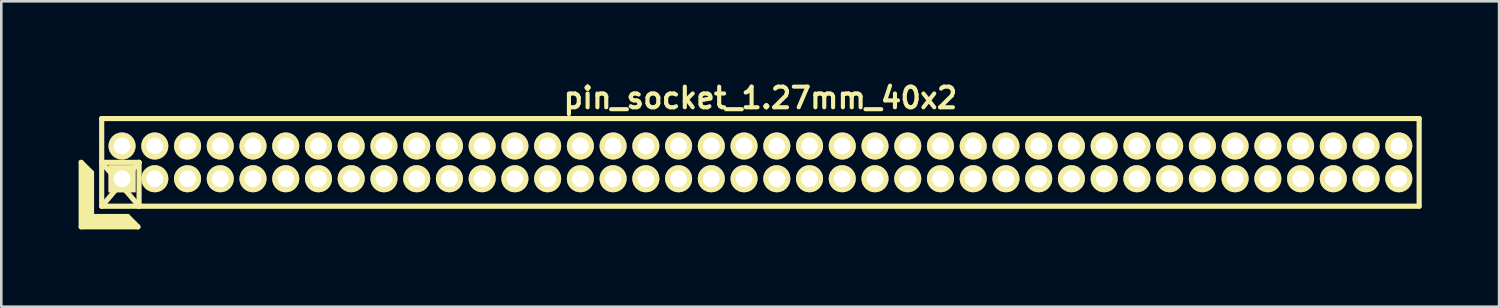
<source format=kicad_pcb>
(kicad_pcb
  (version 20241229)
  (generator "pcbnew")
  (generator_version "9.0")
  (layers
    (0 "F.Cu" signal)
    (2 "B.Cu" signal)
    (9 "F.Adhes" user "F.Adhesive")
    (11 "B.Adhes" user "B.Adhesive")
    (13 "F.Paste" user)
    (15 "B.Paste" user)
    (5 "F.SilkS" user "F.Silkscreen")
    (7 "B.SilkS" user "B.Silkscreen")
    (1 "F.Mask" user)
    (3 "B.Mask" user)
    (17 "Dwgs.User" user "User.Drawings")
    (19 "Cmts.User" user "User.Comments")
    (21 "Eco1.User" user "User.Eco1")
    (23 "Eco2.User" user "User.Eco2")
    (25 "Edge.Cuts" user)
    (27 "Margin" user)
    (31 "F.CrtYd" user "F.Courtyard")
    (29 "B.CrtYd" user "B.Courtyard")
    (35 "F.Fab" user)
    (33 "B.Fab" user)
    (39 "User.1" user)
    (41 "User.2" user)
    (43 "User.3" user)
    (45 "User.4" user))
  (footprint "pin_socket_1.27mm_40x2"
    (layer "F.Cu")
    (at 26.45 3.249)
    (property "Reference" "pin_socket_1.27mm_40x2" (at 0 -2.5 0) (layer "F.SilkS") (effects (font (size 0.8 0.8) (thickness 0.16))))
    (attr through_hole)
    (fp_line (start -26.35 0) (end -26.35 2.5) (stroke (width 0.2) (type solid)) (layer "F.SilkS"))
    (fp_line (start -26.35 0) (end -25.95 0.4) (stroke (width 0.2) (type solid)) (layer "F.SilkS"))
    (fp_line (start -26.35 2.5) (end -24.15 2.5) (stroke (width 0.2) (type solid)) (layer "F.SilkS"))
    (fp_line (start -26.25 2.4) (end -26.25 0.2) (stroke (width 0.2) (type solid)) (layer "F.SilkS"))
    (fp_line (start -26.25 2.4) (end -24.35 2.4) (stroke (width 0.2) (type solid)) (layer "F.SilkS"))
    (fp_line (start -26.15 2.3) (end -26.15 0.3) (stroke (width 0.2) (type solid)) (layer "F.SilkS"))
    (fp_line (start -26.15 2.3) (end -24.45 2.3) (stroke (width 0.2) (type solid)) (layer "F.SilkS"))
    (fp_line (start -26.05 2.2) (end -26.05 0.4) (stroke (width 0.2) (type solid)) (layer "F.SilkS"))
    (fp_line (start -26.05 2.2) (end -24.55 2.2) (stroke (width 0.2) (type solid)) (layer "F.SilkS"))
    (fp_line (start -25.95 2.1) (end -25.95 0.4) (stroke (width 0.2) (type solid)) (layer "F.SilkS"))
    (fp_line (start -25.95 2.1) (end -24.55 2.1) (stroke (width 0.2) (type solid)) (layer "F.SilkS"))
    (fp_line (start -25.555 -1.7) (end 25.555 -1.7) (stroke (width 0.2) (type solid)) (layer "F.SilkS"))
    (fp_line (start -25.555 0) (end -24.105 0) (stroke (width 0.2) (type solid)) (layer "F.SilkS"))
    (fp_line (start -25.555 0) (end -24.105 1.7) (stroke (width 0.2) (type solid)) (layer "F.SilkS"))
    (fp_line (start -25.555 1.7) (end -25.555 -1.7) (stroke (width 0.2) (type solid)) (layer "F.SilkS"))
    (fp_line (start -24.55 2.1) (end -24.15 2.5) (stroke (width 0.2) (type solid)) (layer "F.SilkS"))
    (fp_line (start -24.105 0) (end -25.55 1.7) (stroke (width 0.2) (type solid)) (layer "F.SilkS"))
    (fp_line (start -24.105 0) (end -24.105 1.7) (stroke (width 0.2) (type solid)) (layer "F.SilkS"))
    (fp_line (start 25.555 -1.7) (end 25.555 1.7) (stroke (width 0.2) (type solid)) (layer "F.SilkS"))
    (fp_line (start 25.555 1.7) (end -25.555 1.7) (stroke (width 0.2) (type solid)) (layer "F.SilkS"))
    (pad "1" thru_hole rect (at -24.765 0.635) (size 1.05 1.05) (drill 0.65) (layers "*.Cu" "*.Mask" "F.SilkS"))
    (pad "2" thru_hole oval (at -24.765 -0.635) (size 1.05 1.05) (drill 0.65) (layers "*.Cu" "*.Mask" "F.SilkS"))
    (pad "3" thru_hole oval (at -23.495 0.635) (size 1.05 1.05) (drill 0.65) (layers "*.Cu" "*.Mask" "F.SilkS"))
    (pad "4" thru_hole oval (at -23.495 -0.635) (size 1.05 1.05) (drill 0.65) (layers "*.Cu" "*.Mask" "F.SilkS"))
    (pad "5" thru_hole oval (at -22.225 0.635) (size 1.05 1.05) (drill 0.65) (layers "*.Cu" "*.Mask" "F.SilkS"))
    (pad "6" thru_hole oval (at -22.225 -0.635) (size 1.05 1.05) (drill 0.65) (layers "*.Cu" "*.Mask" "F.SilkS"))
    (pad "7" thru_hole oval (at -20.955 0.635) (size 1.05 1.05) (drill 0.65) (layers "*.Cu" "*.Mask" "F.SilkS"))
    (pad "8" thru_hole oval (at -20.955 -0.635) (size 1.05 1.05) (drill 0.65) (layers "*.Cu" "*.Mask" "F.SilkS"))
    (pad "9" thru_hole oval (at -19.685 0.635) (size 1.05 1.05) (drill 0.65) (layers "*.Cu" "*.Mask" "F.SilkS"))
    (pad "10" thru_hole oval (at -19.685 -0.635) (size 1.05 1.05) (drill 0.65) (layers "*.Cu" "*.Mask" "F.SilkS"))
    (pad "11" thru_hole oval (at -18.415 0.635) (size 1.05 1.05) (drill 0.65) (layers "*.Cu" "*.Mask" "F.SilkS"))
    (pad "12" thru_hole oval (at -18.415 -0.635) (size 1.05 1.05) (drill 0.65) (layers "*.Cu" "*.Mask" "F.SilkS"))
    (pad "13" thru_hole oval (at -17.145 0.635) (size 1.05 1.05) (drill 0.65) (layers "*.Cu" "*.Mask" "F.SilkS"))
    (pad "14" thru_hole oval (at -17.145 -0.635) (size 1.05 1.05) (drill 0.65) (layers "*.Cu" "*.Mask" "F.SilkS"))
    (pad "15" thru_hole oval (at -15.875 0.635) (size 1.05 1.05) (drill 0.65) (layers "*.Cu" "*.Mask" "F.SilkS"))
    (pad "16" thru_hole oval (at -15.875 -0.635) (size 1.05 1.05) (drill 0.65) (layers "*.Cu" "*.Mask" "F.SilkS"))
    (pad "17" thru_hole oval (at -14.605 0.635) (size 1.05 1.05) (drill 0.65) (layers "*.Cu" "*.Mask" "F.SilkS"))
    (pad "18" thru_hole oval (at -14.605 -0.635) (size 1.05 1.05) (drill 0.65) (layers "*.Cu" "*.Mask" "F.SilkS"))
    (pad "19" thru_hole oval (at -13.335 0.635) (size 1.05 1.05) (drill 0.65) (layers "*.Cu" "*.Mask" "F.SilkS"))
    (pad "20" thru_hole oval (at -13.335 -0.635) (size 1.05 1.05) (drill 0.65) (layers "*.Cu" "*.Mask" "F.SilkS"))
    (pad "21" thru_hole oval (at -12.065 0.635) (size 1.05 1.05) (drill 0.65) (layers "*.Cu" "*.Mask" "F.SilkS"))
    (pad "22" thru_hole oval (at -12.065 -0.635) (size 1.05 1.05) (drill 0.65) (layers "*.Cu" "*.Mask" "F.SilkS"))
    (pad "23" thru_hole oval (at -10.795 0.635) (size 1.05 1.05) (drill 0.65) (layers "*.Cu" "*.Mask" "F.SilkS"))
    (pad "24" thru_hole oval (at -10.795 -0.635) (size 1.05 1.05) (drill 0.65) (layers "*.Cu" "*.Mask" "F.SilkS"))
    (pad "25" thru_hole oval (at -9.525 0.635) (size 1.05 1.05) (drill 0.65) (layers "*.Cu" "*.Mask" "F.SilkS"))
    (pad "26" thru_hole oval (at -9.525 -0.635) (size 1.05 1.05) (drill 0.65) (layers "*.Cu" "*.Mask" "F.SilkS"))
    (pad "27" thru_hole oval (at -8.255 0.635) (size 1.05 1.05) (drill 0.65) (layers "*.Cu" "*.Mask" "F.SilkS"))
    (pad "28" thru_hole oval (at -8.255 -0.635) (size 1.05 1.05) (drill 0.65) (layers "*.Cu" "*.Mask" "F.SilkS"))
    (pad "29" thru_hole oval (at -6.985 0.635) (size 1.05 1.05) (drill 0.65) (layers "*.Cu" "*.Mask" "F.SilkS"))
    (pad "30" thru_hole oval (at -6.985 -0.635) (size 1.05 1.05) (drill 0.65) (layers "*.Cu" "*.Mask" "F.SilkS"))
    (pad "31" thru_hole oval (at -5.715 0.635) (size 1.05 1.05) (drill 0.65) (layers "*.Cu" "*.Mask" "F.SilkS"))
    (pad "32" thru_hole oval (at -5.715 -0.635) (size 1.05 1.05) (drill 0.65) (layers "*.Cu" "*.Mask" "F.SilkS"))
    (pad "33" thru_hole oval (at -4.445 0.635) (size 1.05 1.05) (drill 0.65) (layers "*.Cu" "*.Mask" "F.SilkS"))
    (pad "34" thru_hole oval (at -4.445 -0.635) (size 1.05 1.05) (drill 0.65) (layers "*.Cu" "*.Mask" "F.SilkS"))
    (pad "35" thru_hole oval (at -3.175 0.635) (size 1.05 1.05) (drill 0.65) (layers "*.Cu" "*.Mask" "F.SilkS"))
    (pad "36" thru_hole oval (at -3.175 -0.635) (size 1.05 1.05) (drill 0.65) (layers "*.Cu" "*.Mask" "F.SilkS"))
    (pad "37" thru_hole oval (at -1.905 0.635) (size 1.05 1.05) (drill 0.65) (layers "*.Cu" "*.Mask" "F.SilkS"))
    (pad "38" thru_hole oval (at -1.905 -0.635) (size 1.05 1.05) (drill 0.65) (layers "*.Cu" "*.Mask" "F.SilkS"))
    (pad "39" thru_hole oval (at -0.635 0.635) (size 1.05 1.05) (drill 0.65) (layers "*.Cu" "*.Mask" "F.SilkS"))
    (pad "40" thru_hole oval (at -0.635 -0.635) (size 1.05 1.05) (drill 0.65) (layers "*.Cu" "*.Mask" "F.SilkS"))
    (pad "41" thru_hole oval (at 0.635 0.635) (size 1.05 1.05) (drill 0.65) (layers "*.Cu" "*.Mask" "F.SilkS"))
    (pad "42" thru_hole oval (at 0.635 -0.635) (size 1.05 1.05) (drill 0.65) (layers "*.Cu" "*.Mask" "F.SilkS"))
    (pad "43" thru_hole oval (at 1.905 0.635) (size 1.05 1.05) (drill 0.65) (layers "*.Cu" "*.Mask" "F.SilkS"))
    (pad "44" thru_hole oval (at 1.905 -0.635) (size 1.05 1.05) (drill 0.65) (layers "*.Cu" "*.Mask" "F.SilkS"))
    (pad "45" thru_hole oval (at 3.175 0.635) (size 1.05 1.05) (drill 0.65) (layers "*.Cu" "*.Mask" "F.SilkS"))
    (pad "46" thru_hole oval (at 3.175 -0.635) (size 1.05 1.05) (drill 0.65) (layers "*.Cu" "*.Mask" "F.SilkS"))
    (pad "47" thru_hole oval (at 4.445 0.635) (size 1.05 1.05) (drill 0.65) (layers "*.Cu" "*.Mask" "F.SilkS"))
    (pad "48" thru_hole oval (at 4.445 -0.635) (size 1.05 1.05) (drill 0.65) (layers "*.Cu" "*.Mask" "F.SilkS"))
    (pad "49" thru_hole oval (at 5.715 0.635) (size 1.05 1.05) (drill 0.65) (layers "*.Cu" "*.Mask" "F.SilkS"))
    (pad "50" thru_hole oval (at 5.715 -0.635) (size 1.05 1.05) (drill 0.65) (layers "*.Cu" "*.Mask" "F.SilkS"))
    (pad "51" thru_hole circle (at 6.985 0.635) (size 1.05 1.05) (drill 0.65) (layers "*.Cu" "*.Mask" "F.SilkS"))
    (pad "52" thru_hole oval (at 6.985 -0.635) (size 1.05 1.05) (drill 0.65) (layers "*.Cu" "*.Mask" "F.SilkS"))
    (pad "53" thru_hole oval (at 8.255 0.635) (size 1.05 1.05) (drill 0.65) (layers "*.Cu" "*.Mask" "F.SilkS"))
    (pad "54" thru_hole oval (at 8.255 -0.635) (size 1.05 1.05) (drill 0.65) (layers "*.Cu" "*.Mask" "F.SilkS"))
    (pad "55" thru_hole oval (at 9.525 0.635) (size 1.05 1.05) (drill 0.65) (layers "*.Cu" "*.Mask" "F.SilkS"))
    (pad "56" thru_hole oval (at 9.525 -0.635) (size 1.05 1.05) (drill 0.65) (layers "*.Cu" "*.Mask" "F.SilkS"))
    (pad "57" thru_hole oval (at 10.795 0.635) (size 1.05 1.05) (drill 0.65) (layers "*.Cu" "*.Mask" "F.SilkS"))
    (pad "58" thru_hole oval (at 10.795 -0.635) (size 1.05 1.05) (drill 0.65) (layers "*.Cu" "*.Mask" "F.SilkS"))
    (pad "59" thru_hole oval (at 12.065 0.635) (size 1.05 1.05) (drill 0.65) (layers "*.Cu" "*.Mask" "F.SilkS"))
    (pad "60" thru_hole oval (at 12.065 -0.635) (size 1.05 1.05) (drill 0.65) (layers "*.Cu" "*.Mask" "F.SilkS"))
    (pad "61" thru_hole oval (at 13.335 0.635) (size 1.05 1.05) (drill 0.65) (layers "*.Cu" "*.Mask" "F.SilkS"))
    (pad "62" thru_hole oval (at 13.335 -0.635) (size 1.05 1.05) (drill 0.65) (layers "*.Cu" "*.Mask" "F.SilkS"))
    (pad "63" thru_hole oval (at 14.605 0.635) (size 1.05 1.05) (drill 0.65) (layers "*.Cu" "*.Mask" "F.SilkS"))
    (pad "64" thru_hole oval (at 14.605 -0.635) (size 1.05 1.05) (drill 0.65) (layers "*.Cu" "*.Mask" "F.SilkS"))
    (pad "65" thru_hole oval (at 15.875 0.635) (size 1.05 1.05) (drill 0.65) (layers "*.Cu" "*.Mask" "F.SilkS"))
    (pad "66" thru_hole oval (at 15.875 -0.635) (size 1.05 1.05) (drill 0.65) (layers "*.Cu" "*.Mask" "F.SilkS"))
    (pad "67" thru_hole oval (at 17.145 0.635) (size 1.05 1.05) (drill 0.65) (layers "*.Cu" "*.Mask" "F.SilkS"))
    (pad "68" thru_hole oval (at 17.145 -0.635) (size 1.05 1.05) (drill 0.65) (layers "*.Cu" "*.Mask" "F.SilkS"))
    (pad "69" thru_hole oval (at 18.415 0.635) (size 1.05 1.05) (drill 0.65) (layers "*.Cu" "*.Mask" "F.SilkS"))
    (pad "70" thru_hole oval (at 18.415 -0.635) (size 1.05 1.05) (drill 0.65) (layers "*.Cu" "*.Mask" "F.SilkS"))
    (pad "71" thru_hole oval (at 19.685 0.635) (size 1.05 1.05) (drill 0.65) (layers "*.Cu" "*.Mask" "F.SilkS"))
    (pad "72" thru_hole oval (at 19.685 -0.635) (size 1.05 1.05) (drill 0.65) (layers "*.Cu" "*.Mask" "F.SilkS"))
    (pad "73" thru_hole oval (at 20.955 0.635) (size 1.05 1.05) (drill 0.65) (layers "*.Cu" "*.Mask" "F.SilkS"))
    (pad "74" thru_hole oval (at 20.955 -0.635) (size 1.05 1.05) (drill 0.65) (layers "*.Cu" "*.Mask" "F.SilkS"))
    (pad "75" thru_hole oval (at 22.225 0.635) (size 1.05 1.05) (drill 0.65) (layers "*.Cu" "*.Mask" "F.SilkS"))
    (pad "76" thru_hole oval (at 22.225 -0.635) (size 1.05 1.05) (drill 0.65) (layers "*.Cu" "*.Mask" "F.SilkS"))
    (pad "77" thru_hole oval (at 23.495 0.635) (size 1.05 1.05) (drill 0.65) (layers "*.Cu" "*.Mask" "F.SilkS"))
    (pad "78" thru_hole oval (at 23.495 -0.635) (size 1.05 1.05) (drill 0.65) (layers "*.Cu" "*.Mask" "F.SilkS"))
    (pad "79" thru_hole oval (at 24.765 0.635) (size 1.05 1.05) (drill 0.65) (layers "*.Cu" "*.Mask" "F.SilkS"))
    (pad "80" thru_hole oval (at 24.765 -0.635) (size 1.05 1.05) (drill 0.65) (layers "*.Cu" "*.Mask" "F.SilkS")))
  (gr_rect
    (start -3 -3)
    (end 55.105 8.849)
    (stroke (width 0.1) (type default))
    (fill no)
    (layer "Edge.Cuts")))
</source>
